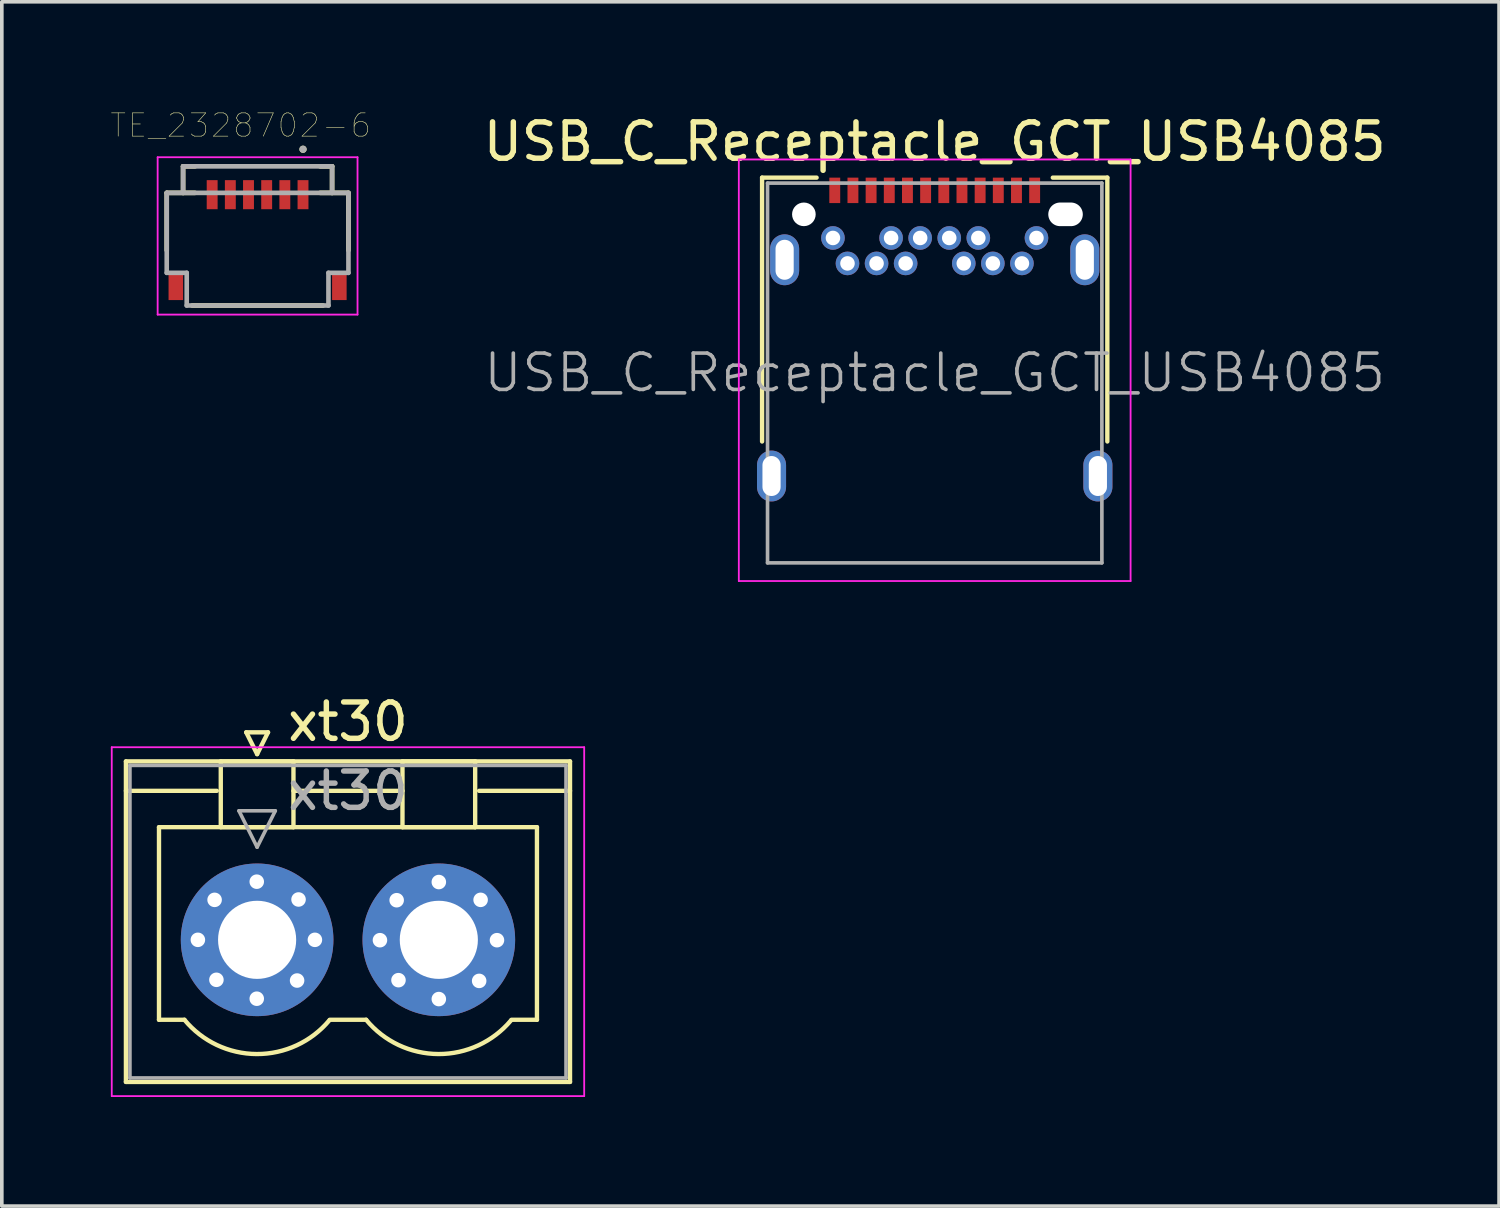
<source format=kicad_pcb>
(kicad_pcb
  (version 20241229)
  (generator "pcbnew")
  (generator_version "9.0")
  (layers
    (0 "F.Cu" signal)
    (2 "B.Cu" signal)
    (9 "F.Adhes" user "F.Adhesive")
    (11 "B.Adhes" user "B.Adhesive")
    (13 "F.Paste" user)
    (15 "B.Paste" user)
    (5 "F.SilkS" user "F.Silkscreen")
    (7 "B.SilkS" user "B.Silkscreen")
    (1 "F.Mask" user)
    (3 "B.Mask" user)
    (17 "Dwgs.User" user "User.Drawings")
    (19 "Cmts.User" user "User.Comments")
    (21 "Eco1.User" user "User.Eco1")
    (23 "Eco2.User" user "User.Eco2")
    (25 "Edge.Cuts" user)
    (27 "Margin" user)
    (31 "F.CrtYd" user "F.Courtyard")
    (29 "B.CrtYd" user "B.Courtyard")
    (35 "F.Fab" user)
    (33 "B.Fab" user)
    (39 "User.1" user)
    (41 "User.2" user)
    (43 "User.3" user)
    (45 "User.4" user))
  (footprint "TE_2328702-6"
    (layer "F.Cu")
    (at 4.038 2.307)
    (property "Reference" "TE_2328702-6" (at -0.468 -1.906 0) (layer "F.SilkS") (effects (font (size 0.64 0.64) (thickness 0.015))))
    (attr through_hole)
    (fp_line (start -2.5 -0.05) (end -2.5 1.53) (stroke (width 0.127) (type solid)) (layer "F.SilkS"))
    (fp_line (start -2.05 -0.78) (end -1.72 -0.78) (stroke (width 0.127) (type solid)) (layer "F.SilkS"))
    (fp_line (start -2.05 -0.05) (end -2.5 -0.05) (stroke (width 0.127) (type solid)) (layer "F.SilkS"))
    (fp_line (start -2.05 -0.05) (end -2.05 -0.78) (stroke (width 0.127) (type solid)) (layer "F.SilkS"))
    (fp_line (start -1.8 3.05) (end 1.8 3.05) (stroke (width 0.127) (type solid)) (layer "F.SilkS"))
    (fp_line (start -1.72 -0.05) (end -2.05 -0.05) (stroke (width 0.127) (type solid)) (layer "F.SilkS"))
    (fp_line (start 1.72 -0.05) (end 2.05 -0.05) (stroke (width 0.127) (type solid)) (layer "F.SilkS"))
    (fp_line (start 2.05 -0.78) (end 1.72 -0.78) (stroke (width 0.127) (type solid)) (layer "F.SilkS"))
    (fp_line (start 2.05 -0.05) (end 2.05 -0.78) (stroke (width 0.127) (type solid)) (layer "F.SilkS"))
    (fp_line (start 2.05 -0.05) (end 2.5 -0.05) (stroke (width 0.127) (type solid)) (layer "F.SilkS"))
    (fp_line (start 2.5 -0.05) (end 2.5 1.53) (stroke (width 0.127) (type solid)) (layer "F.SilkS"))
    (fp_circle (center 1.25 -1.25) (end 1.3 -1.25) (stroke (width 0.1) (type solid)) (fill no) (layer "F.SilkS"))
    (fp_line (start -2.75 -1.03) (end 2.75 -1.03) (stroke (width 0.05) (type solid)) (layer "F.CrtYd"))
    (fp_line (start -2.75 3.3) (end -2.75 -1.03) (stroke (width 0.05) (type solid)) (layer "F.CrtYd"))
    (fp_line (start 2.75 -1.03) (end 2.75 3.3) (stroke (width 0.05) (type solid)) (layer "F.CrtYd"))
    (fp_line (start 2.75 3.3) (end -2.75 3.3) (stroke (width 0.05) (type solid)) (layer "F.CrtYd"))
    (fp_line (start -2.5 -0.05) (end -2.05 -0.05) (stroke (width 0.127) (type solid)) (layer "F.Fab"))
    (fp_line (start -2.5 2.15) (end -2.5 -0.05) (stroke (width 0.127) (type solid)) (layer "F.Fab"))
    (fp_line (start -2.05 -0.78) (end 2.05 -0.78) (stroke (width 0.127) (type solid)) (layer "F.Fab"))
    (fp_line (start -2.05 -0.05) (end -2.05 -0.78) (stroke (width 0.127) (type solid)) (layer "F.Fab"))
    (fp_line (start -2.05 -0.05) (end 2.05 -0.05) (stroke (width 0.127) (type solid)) (layer "F.Fab"))
    (fp_line (start -1.95 2.15) (end -2.5 2.15) (stroke (width 0.127) (type solid)) (layer "F.Fab"))
    (fp_line (start -1.95 3.05) (end -1.95 2.15) (stroke (width 0.127) (type solid)) (layer "F.Fab"))
    (fp_line (start 1.95 2.15) (end 1.95 3.05) (stroke (width 0.127) (type solid)) (layer "F.Fab"))
    (fp_line (start 1.95 3.05) (end -1.95 3.05) (stroke (width 0.127) (type solid)) (layer "F.Fab"))
    (fp_line (start 2.05 -0.78) (end 2.05 -0.05) (stroke (width 0.127) (type solid)) (layer "F.Fab"))
    (fp_line (start 2.05 -0.05) (end 2.5 -0.05) (stroke (width 0.127) (type solid)) (layer "F.Fab"))
    (fp_line (start 2.5 -0.05) (end 2.5 2.15) (stroke (width 0.127) (type solid)) (layer "F.Fab"))
    (fp_line (start 2.5 2.15) (end 1.95 2.15) (stroke (width 0.127) (type solid)) (layer "F.Fab"))
    (fp_circle (center 1.25 -1.25) (end 1.3 -1.25) (stroke (width 0.1) (type solid)) (fill no) (layer "F.Fab"))
    (pad "1" smd rect (at 1.25 0) (size 0.3 0.8) (layers "F.Cu" "F.Mask" "F.Paste"))
    (pad "2" smd rect (at 0.75 0) (size 0.3 0.8) (layers "F.Cu" "F.Mask" "F.Paste"))
    (pad "3" smd rect (at 0.25 0) (size 0.3 0.8) (layers "F.Cu" "F.Mask" "F.Paste"))
    (pad "4" smd rect (at -0.25 0) (size 0.3 0.8) (layers "F.Cu" "F.Mask" "F.Paste"))
    (pad "5" smd rect (at -0.75 0) (size 0.3 0.8) (layers "F.Cu" "F.Mask" "F.Paste"))
    (pad "6" smd rect (at -1.25 0) (size 0.3 0.8) (layers "F.Cu" "F.Mask" "F.Paste"))
    (pad "S1" smd rect (at 2.25 2.5) (size 0.4 0.8) (layers "F.Cu" "F.Mask" "F.Paste"))
    (pad "S2" smd rect (at -2.25 2.5) (size 0.4 0.8) (layers "F.Cu" "F.Mask" "F.Paste")))
  (footprint "USB_C_Receptacle_GCT_USB4085"
    (layer "F.Cu")
    (at 22.67 7.208)
    (property "Reference" "USB_C_Receptacle_GCT_USB4085" (at 0 -6.36 0) (layer "F.SilkS") (effects (font (size 1 1) (thickness 0.15))))
    (attr smd)
    (fp_line (start -4.75 -5.37) (end -4.75 1.89) (stroke (width 0.12) (type solid)) (layer "F.SilkS"))
    (fp_line (start -4.75 -5.37) (end -3.25 -5.37) (stroke (width 0.12) (type solid)) (layer "F.SilkS"))
    (fp_line (start 3.25 -5.37) (end 4.75 -5.37) (stroke (width 0.12) (type solid)) (layer "F.SilkS"))
    (fp_line (start 4.75 -5.37) (end 4.75 1.89) (stroke (width 0.12) (type solid)) (layer "F.SilkS"))
    (fp_line (start -5.39 -5.87) (end 5.39 -5.87) (stroke (width 0.05) (type solid)) (layer "F.CrtYd"))
    (fp_line (start -5.39 5.73) (end -5.39 -5.87) (stroke (width 0.05) (type solid)) (layer "F.CrtYd"))
    (fp_line (start 5.39 -5.87) (end 5.39 5.73) (stroke (width 0.05) (type solid)) (layer "F.CrtYd"))
    (fp_line (start 5.39 5.73) (end -5.39 5.73) (stroke (width 0.05) (type solid)) (layer "F.CrtYd"))
    (fp_line (start -4.6 -5.22) (end 4.6 -5.22) (stroke (width 0.1) (type solid)) (layer "F.Fab"))
    (fp_line (start -4.6 5.23) (end -4.6 -5.22) (stroke (width 0.1) (type solid)) (layer "F.Fab"))
    (fp_line (start -4.6 5.23) (end 4.6 5.23) (stroke (width 0.1) (type solid)) (layer "F.Fab"))
    (fp_line (start 4.6 5.23) (end 4.6 -5.22) (stroke (width 0.1) (type solid)) (layer "F.Fab"))
    (fp_text user "${REFERENCE}" (at 0 0 0) (layer "F.Fab") (effects (font (size 1 1) (thickness 0.1))))
    (pad "" np_thru_hole circle (at -3.6 -4.36) (size 0.65 0.65) (drill 0.65) (layers "*.Cu" "*.Mask"))
    (pad "" np_thru_hole oval (at 3.6 -4.36) (size 0.95 0.65) (drill oval 0.95 0.65) (layers "*.Cu" "*.Mask"))
    (pad "A1" smd rect (at -2.75 -5.02) (size 0.3 0.7) (layers "F.Cu" "F.Mask" "F.Paste"))
    (pad "A2" smd rect (at -2.25 -5.02) (size 0.3 0.7) (layers "F.Cu" "F.Mask" "F.Paste"))
    (pad "A3" smd rect (at -1.75 -5.02) (size 0.3 0.7) (layers "F.Cu" "F.Mask" "F.Paste"))
    (pad "A4" smd rect (at -1.25 -5.02) (size 0.3 0.7) (layers "F.Cu" "F.Mask" "F.Paste"))
    (pad "A5" smd rect (at -0.75 -5.02) (size 0.3 0.7) (layers "F.Cu" "F.Mask" "F.Paste"))
    (pad "A6" smd rect (at -0.25 -5.02) (size 0.3 0.7) (layers "F.Cu" "F.Mask" "F.Paste"))
    (pad "A7" smd rect (at 0.25 -5.02) (size 0.3 0.7) (layers "F.Cu" "F.Mask" "F.Paste"))
    (pad "A8" smd rect (at 0.75 -5.02) (size 0.3 0.7) (layers "F.Cu" "F.Mask" "F.Paste"))
    (pad "A9" smd rect (at 1.25 -5.02) (size 0.3 0.7) (layers "F.Cu" "F.Mask" "F.Paste"))
    (pad "A10" smd rect (at 1.75 -5.02) (size 0.3 0.7) (layers "F.Cu" "F.Mask" "F.Paste"))
    (pad "A11" smd rect (at 2.25 -5.02) (size 0.3 0.7) (layers "F.Cu" "F.Mask" "F.Paste"))
    (pad "A12" smd rect (at 2.75 -5.02) (size 0.3 0.7) (layers "F.Cu" "F.Mask" "F.Paste"))
    (pad "B1" thru_hole circle (at 2.8 -3.71) (size 0.65 0.65) (drill 0.4) (layers "*.Cu" "*.Mask"))
    (pad "B2" thru_hole circle (at 2.4 -3.01) (size 0.65 0.65) (drill 0.4) (layers "*.Cu" "*.Mask"))
    (pad "B3" thru_hole circle (at 1.6 -3.01) (size 0.65 0.65) (drill 0.4) (layers "*.Cu" "*.Mask"))
    (pad "B4" thru_hole circle (at 1.2 -3.71) (size 0.65 0.65) (drill 0.4) (layers "*.Cu" "*.Mask"))
    (pad "B5" thru_hole circle (at 0.8 -3.01) (size 0.65 0.65) (drill 0.4) (layers "*.Cu" "*.Mask"))
    (pad "B6" thru_hole circle (at 0.4 -3.71) (size 0.65 0.65) (drill 0.4) (layers "*.Cu" "*.Mask"))
    (pad "B7" thru_hole circle (at -0.4 -3.71) (size 0.65 0.65) (drill 0.4) (layers "*.Cu" "*.Mask"))
    (pad "B8" thru_hole circle (at -0.8 -3.01) (size 0.65 0.65) (drill 0.4) (layers "*.Cu" "*.Mask"))
    (pad "B9" thru_hole circle (at -1.2 -3.71) (size 0.65 0.65) (drill 0.4) (layers "*.Cu" "*.Mask"))
    (pad "B10" thru_hole circle (at -1.6 -3.01) (size 0.65 0.65) (drill 0.4) (layers "*.Cu" "*.Mask"))
    (pad "B11" thru_hole circle (at -2.4 -3.01) (size 0.65 0.65) (drill 0.4) (layers "*.Cu" "*.Mask"))
    (pad "B12" thru_hole circle (at -2.8 -3.71) (size 0.65 0.65) (drill 0.4) (layers "*.Cu" "*.Mask"))
    (pad "S1" thru_hole oval (at -4.49 2.84) (size 0.8 1.4) (drill oval 0.5 1.1) (layers "*.Cu" "*.Mask"))
    (pad "S1" thru_hole oval (at -4.13 -3.11) (size 0.8 1.4) (drill oval 0.5 1.1) (layers "*.Cu" "*.Mask"))
    (pad "S1" thru_hole oval (at 4.13 -3.11) (size 0.8 1.4) (drill oval 0.5 1.1) (layers "*.Cu" "*.Mask"))
    (pad "S1" thru_hole oval (at 4.49 2.84) (size 0.8 1.4) (drill oval 0.5 1.1) (layers "*.Cu" "*.Mask")))
  (footprint "xt30"
    (layer "F.Cu")
    (at 4.025 22.811)
    (property "Reference" "xt30" (at 2.5 -6 0) (layer "F.SilkS") (effects (font (size 1 1) (thickness 0.15))))
    (attr through_hole)
    (fp_line (start -3.61 -4.91) (end -3.61 3.91) (stroke (width 0.12) (type solid)) (layer "F.SilkS"))
    (fp_line (start -3.61 -4.1) (end -1.11 -4.1) (stroke (width 0.12) (type solid)) (layer "F.SilkS"))
    (fp_line (start -3.61 3.91) (end 8.61 3.91) (stroke (width 0.12) (type solid)) (layer "F.SilkS"))
    (fp_line (start -2.7 -3.1) (end 7.7 -3.1) (stroke (width 0.12) (type solid)) (layer "F.SilkS"))
    (fp_line (start -2.7 2.2) (end -2.7 -3.1) (stroke (width 0.12) (type solid)) (layer "F.SilkS"))
    (fp_line (start -2 2.2) (end -2.7 2.2) (stroke (width 0.12) (type solid)) (layer "F.SilkS"))
    (fp_line (start -1 -4.91) (end 1 -4.91) (stroke (width 0.12) (type solid)) (layer "F.SilkS"))
    (fp_line (start -1 -3.1) (end -1 -4.91) (stroke (width 0.12) (type solid)) (layer "F.SilkS"))
    (fp_line (start -0.3 -5.71) (end 0.3 -5.71) (stroke (width 0.12) (type solid)) (layer "F.SilkS"))
    (fp_line (start 0 -5.11) (end -0.3 -5.71) (stroke (width 0.12) (type solid)) (layer "F.SilkS"))
    (fp_line (start 0.3 -5.71) (end 0 -5.11) (stroke (width 0.12) (type solid)) (layer "F.SilkS"))
    (fp_line (start 1 -4.91) (end 1 -3.1) (stroke (width 0.12) (type solid)) (layer "F.SilkS"))
    (fp_line (start 1 -4.1) (end 4 -4.1) (stroke (width 0.12) (type solid)) (layer "F.SilkS"))
    (fp_line (start 1 -3.1) (end -1 -3.1) (stroke (width 0.12) (type solid)) (layer "F.SilkS"))
    (fp_line (start 2 2.2) (end 3 2.2) (stroke (width 0.12) (type solid)) (layer "F.SilkS"))
    (fp_line (start 4 -4.91) (end 6 -4.91) (stroke (width 0.12) (type solid)) (layer "F.SilkS"))
    (fp_line (start 4 -3.1) (end 4 -4.91) (stroke (width 0.12) (type solid)) (layer "F.SilkS"))
    (fp_line (start 6 -4.91) (end 6 -3.1) (stroke (width 0.12) (type solid)) (layer "F.SilkS"))
    (fp_line (start 6 -3.1) (end 4 -3.1) (stroke (width 0.12) (type solid)) (layer "F.SilkS"))
    (fp_line (start 7.7 -3.1) (end 7.7 2.2) (stroke (width 0.12) (type solid)) (layer "F.SilkS"))
    (fp_line (start 7.7 2.2) (end 7 2.2) (stroke (width 0.12) (type solid)) (layer "F.SilkS"))
    (fp_line (start 8.61 -4.91) (end -3.61 -4.91) (stroke (width 0.12) (type solid)) (layer "F.SilkS"))
    (fp_line (start 8.61 -4.1) (end 6.11 -4.1) (stroke (width 0.12) (type solid)) (layer "F.SilkS"))
    (fp_line (start 8.61 3.91) (end 8.61 -4.91) (stroke (width 0.12) (type solid)) (layer "F.SilkS"))
    (fp_arc (start 1.986842 2.215821) (mid -0.010289 3.142758) (end -2 2.2) (stroke (width 0.12) (type solid)) (layer "F.SilkS"))
    (fp_arc (start 6.986842 2.215821) (mid 4.989711 3.142758) (end 3 2.2) (stroke (width 0.12) (type solid)) (layer "F.SilkS"))
    (fp_line (start -4 -5.3) (end -4 4.3) (stroke (width 0.05) (type solid)) (layer "F.CrtYd"))
    (fp_line (start -4 4.3) (end 9 4.3) (stroke (width 0.05) (type solid)) (layer "F.CrtYd"))
    (fp_line (start 9 -5.3) (end -4 -5.3) (stroke (width 0.05) (type solid)) (layer "F.CrtYd"))
    (fp_line (start 9 4.3) (end 9 -5.3) (stroke (width 0.05) (type solid)) (layer "F.CrtYd"))
    (fp_line (start -3.5 -4.8) (end -3.5 3.8) (stroke (width 0.1) (type solid)) (layer "F.Fab"))
    (fp_line (start -3.5 3.8) (end 8.5 3.8) (stroke (width 0.1) (type solid)) (layer "F.Fab"))
    (fp_line (start -0.5 -3.55) (end 0.5 -3.55) (stroke (width 0.1) (type solid)) (layer "F.Fab"))
    (fp_line (start 0 -2.55) (end -0.5 -3.55) (stroke (width 0.1) (type solid)) (layer "F.Fab"))
    (fp_line (start 0.5 -3.55) (end 0 -2.55) (stroke (width 0.1) (type solid)) (layer "F.Fab"))
    (fp_line (start 8.5 -4.8) (end -3.5 -4.8) (stroke (width 0.1) (type solid)) (layer "F.Fab"))
    (fp_line (start 8.5 3.8) (end 8.5 -4.8) (stroke (width 0.1) (type solid)) (layer "F.Fab"))
    (fp_text user "${REFERENCE}" (at 2.5 -4.1 0) (layer "F.Fab") (effects (font (size 1 1) (thickness 0.15))))
    (pad "1" thru_hole circle (at -1.63 0 90) (size 0.8 0.8) (drill 0.4) (layers "*.Cu" "*.Mask"))
    (pad "1" thru_hole circle (at -1.17 -1.1 90) (size 0.8 0.8) (drill 0.4) (layers "*.Cu" "*.Mask"))
    (pad "1" thru_hole circle (at -1.12 1.1 90) (size 0.8 0.8) (drill 0.4) (layers "*.Cu" "*.Mask"))
    (pad "1" thru_hole circle (at -0.01 -1.6) (size 0.8 0.8) (drill 0.4) (layers "*.Cu" "*.Mask"))
    (pad "1" thru_hole circle (at -0.01 1.62) (size 0.8 0.8) (drill 0.4) (layers "*.Cu" "*.Mask"))
    (pad "1" thru_hole circle (at 0 0) (size 4.2 4.2) (drill 2.15) (layers "*.Cu" "*.Mask"))
    (pad "1" thru_hole circle (at 1.1 1.12 90) (size 0.8 0.8) (drill 0.4) (layers "*.Cu" "*.Mask"))
    (pad "1" thru_hole circle (at 1.14 -1.11 90) (size 0.8 0.8) (drill 0.4) (layers "*.Cu" "*.Mask"))
    (pad "1" thru_hole circle (at 1.59 0 90) (size 0.8 0.8) (drill 0.4) (layers "*.Cu" "*.Mask"))
    (pad "2" thru_hole circle (at 3.38 0.01 90) (size 0.8 0.8) (drill 0.4) (layers "*.Cu" "*.Mask"))
    (pad "2" thru_hole circle (at 3.84 -1.09 90) (size 0.8 0.8) (drill 0.4) (layers "*.Cu" "*.Mask"))
    (pad "2" thru_hole circle (at 3.89 1.11 90) (size 0.8 0.8) (drill 0.4) (layers "*.Cu" "*.Mask"))
    (pad "2" thru_hole circle (at 5 -1.59) (size 0.8 0.8) (drill 0.4) (layers "*.Cu" "*.Mask"))
    (pad "2" thru_hole circle (at 5 0) (size 4.2 4.2) (drill 2.15) (layers "*.Cu" "*.Mask"))
    (pad "2" thru_hole circle (at 5 1.63) (size 0.8 0.8) (drill 0.4) (layers "*.Cu" "*.Mask"))
    (pad "2" thru_hole circle (at 6.11 1.13 90) (size 0.8 0.8) (drill 0.4) (layers "*.Cu" "*.Mask"))
    (pad "2" thru_hole circle (at 6.15 -1.1 90) (size 0.8 0.8) (drill 0.4) (layers "*.Cu" "*.Mask"))
    (pad "2" thru_hole circle (at 6.6 0.01 90) (size 0.8 0.8) (drill 0.4) (layers "*.Cu" "*.Mask")))
  (gr_rect
    (start -3 -3)
    (end 38.199 30.137)
    (stroke (width 0.1) (type default))
    (fill no)
    (layer "Edge.Cuts")))
</source>
